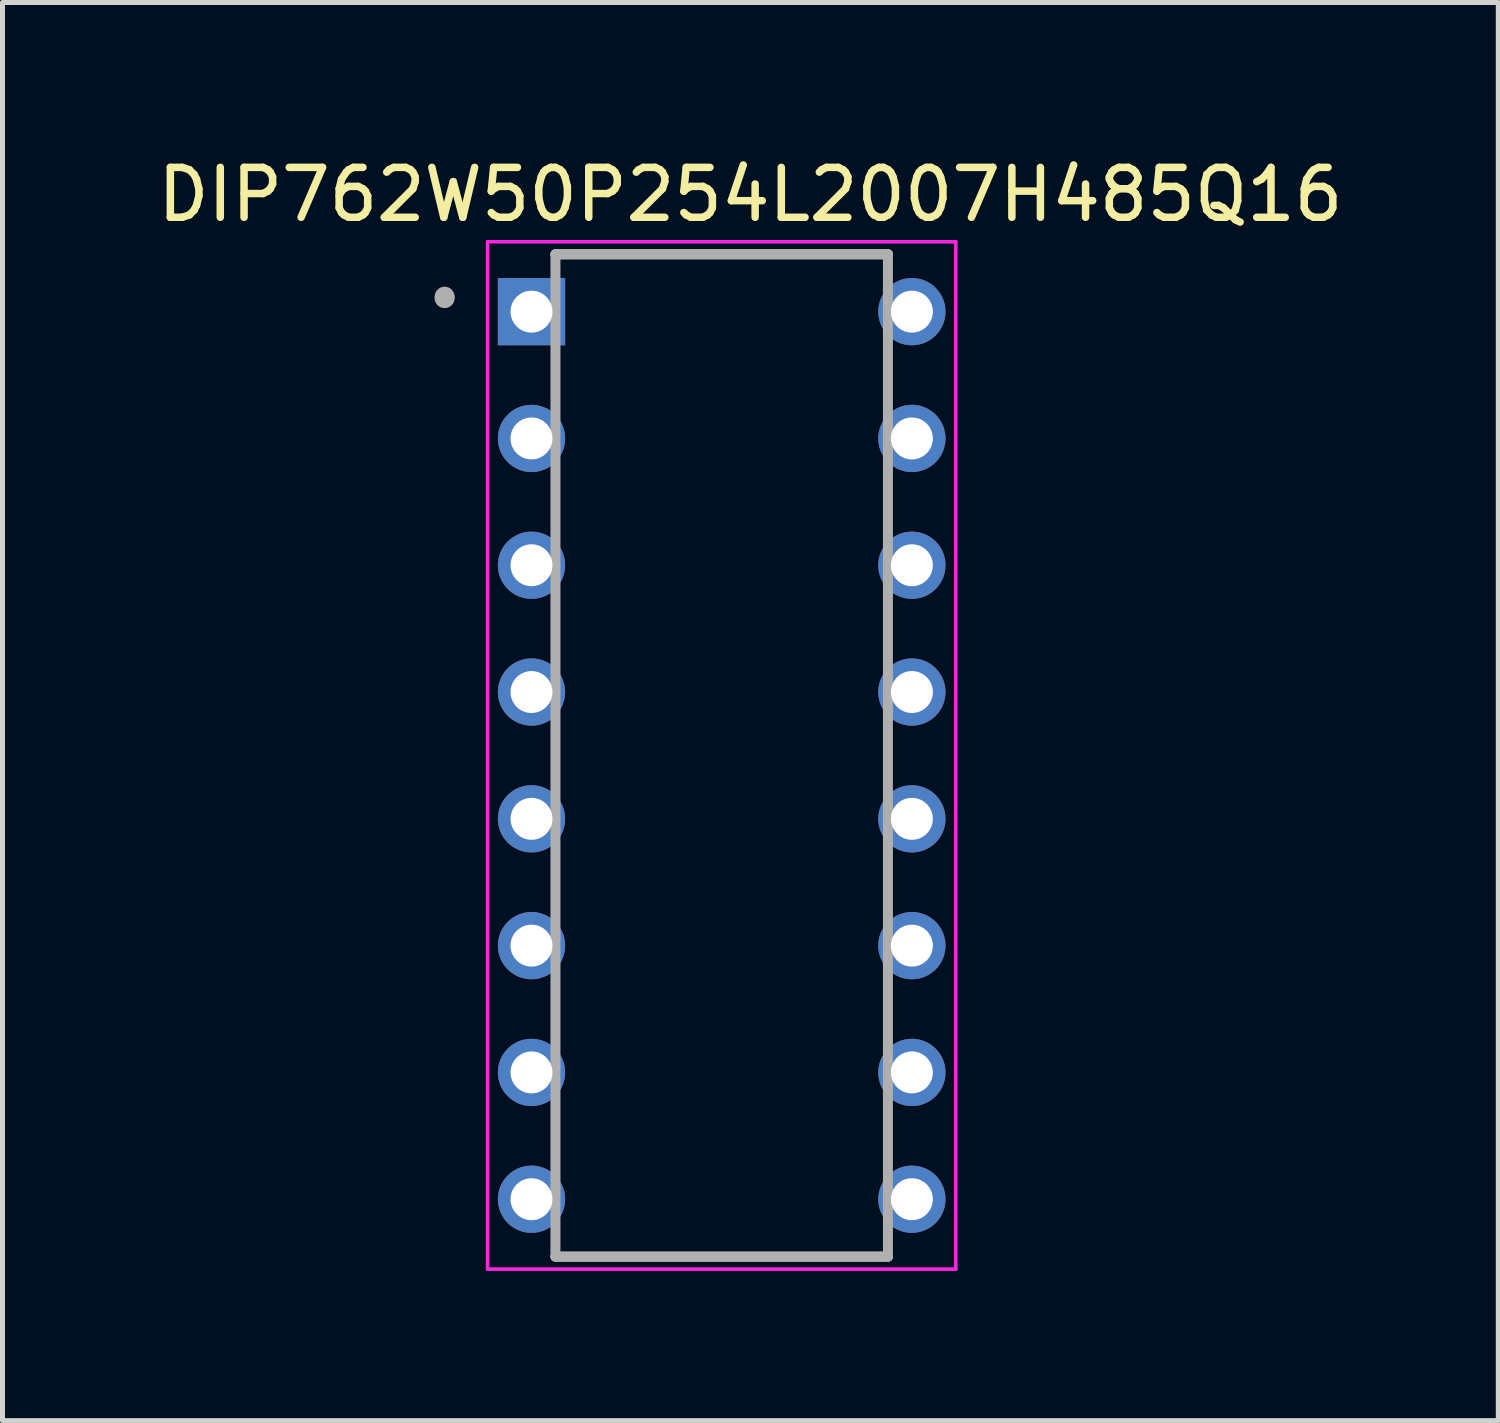
<source format=kicad_pcb>
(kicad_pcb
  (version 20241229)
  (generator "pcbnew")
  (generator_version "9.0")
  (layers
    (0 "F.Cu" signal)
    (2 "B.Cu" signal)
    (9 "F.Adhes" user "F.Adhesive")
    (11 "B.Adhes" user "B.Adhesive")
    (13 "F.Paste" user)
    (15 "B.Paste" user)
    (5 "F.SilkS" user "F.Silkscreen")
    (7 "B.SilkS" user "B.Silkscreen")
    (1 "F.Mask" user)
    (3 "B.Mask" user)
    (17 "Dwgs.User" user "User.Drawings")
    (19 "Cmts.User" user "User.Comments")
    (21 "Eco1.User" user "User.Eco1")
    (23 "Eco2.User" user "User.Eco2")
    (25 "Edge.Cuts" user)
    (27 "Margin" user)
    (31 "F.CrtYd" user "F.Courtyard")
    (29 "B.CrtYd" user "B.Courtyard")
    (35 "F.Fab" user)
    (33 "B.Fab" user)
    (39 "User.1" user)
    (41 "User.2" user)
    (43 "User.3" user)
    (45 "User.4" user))
  (footprint "DIP762W50P254L2007H485Q16"
    (layer "F.Cu")
    (at 11.407 12.083)
    (property "Reference" "DIP762W50P254L2007H485Q16" (at 0.575 -11.235 0) (layer "F.SilkS") (effects (font (size 1 1) (thickness 0.15))))
    (attr through_hole)
    (fp_line (start -3.33 -10.04) (end 3.33 -10.04) (stroke (width 0.2) (type solid)) (layer "F.SilkS"))
    (fp_line (start 3.33 10.04) (end -3.33 10.04) (stroke (width 0.2) (type solid)) (layer "F.SilkS"))
    (fp_line (start -4.69 -10.29) (end 4.69 -10.29) (stroke (width 0.07) (type solid)) (layer "F.CrtYd"))
    (fp_line (start -4.69 10.29) (end -4.69 -10.29) (stroke (width 0.07) (type solid)) (layer "F.CrtYd"))
    (fp_line (start 4.69 -10.29) (end 4.69 10.29) (stroke (width 0.07) (type solid)) (layer "F.CrtYd"))
    (fp_line (start 4.69 10.29) (end -4.69 10.29) (stroke (width 0.07) (type solid)) (layer "F.CrtYd"))
    (fp_line (start -3.33 -10.04) (end 3.33 -10.04) (stroke (width 0.2) (type solid)) (layer "F.Fab"))
    (fp_line (start -3.33 10.04) (end -3.33 -10.04) (stroke (width 0.2) (type solid)) (layer "F.Fab"))
    (fp_line (start 3.33 -10.04) (end 3.33 10.04) (stroke (width 0.2) (type solid)) (layer "F.Fab"))
    (fp_line (start 3.33 10.04) (end -3.33 10.04) (stroke (width 0.2) (type solid)) (layer "F.Fab"))
    (fp_circle (center -5.55 -9.19) (end -5.45 -9.19) (stroke (width 0.2) (type solid)) (fill no) (layer "F.Fab"))
    (fp_circle (center -5.55 -9.16) (end -5.45 -9.16) (stroke (width 0.2) (type solid)) (fill no) (layer "F.Fab"))
    (pad "1" thru_hole rect (at -3.81 -8.89) (size 1.348 1.348) (drill 0.84) (layers "*.Cu" "*.Mask"))
    (pad "2" thru_hole circle (at -3.81 -6.35) (size 1.348 1.348) (drill 0.84) (layers "*.Cu" "*.Mask"))
    (pad "3" thru_hole circle (at -3.81 -3.81) (size 1.348 1.348) (drill 0.84) (layers "*.Cu" "*.Mask"))
    (pad "4" thru_hole circle (at -3.81 -1.27) (size 1.348 1.348) (drill 0.84) (layers "*.Cu" "*.Mask"))
    (pad "5" thru_hole circle (at -3.81 1.27) (size 1.348 1.348) (drill 0.84) (layers "*.Cu" "*.Mask"))
    (pad "6" thru_hole circle (at -3.81 3.81) (size 1.348 1.348) (drill 0.84) (layers "*.Cu" "*.Mask"))
    (pad "7" thru_hole circle (at -3.81 6.35) (size 1.348 1.348) (drill 0.84) (layers "*.Cu" "*.Mask"))
    (pad "8" thru_hole circle (at -3.81 8.89) (size 1.348 1.348) (drill 0.84) (layers "*.Cu" "*.Mask"))
    (pad "9" thru_hole circle (at 3.81 8.89) (size 1.348 1.348) (drill 0.84) (layers "*.Cu" "*.Mask"))
    (pad "10" thru_hole circle (at 3.81 6.35) (size 1.348 1.348) (drill 0.84) (layers "*.Cu" "*.Mask"))
    (pad "11" thru_hole circle (at 3.81 3.81) (size 1.348 1.348) (drill 0.84) (layers "*.Cu" "*.Mask"))
    (pad "12" thru_hole circle (at 3.81 1.27) (size 1.348 1.348) (drill 0.84) (layers "*.Cu" "*.Mask"))
    (pad "13" thru_hole circle (at 3.81 -1.27) (size 1.348 1.348) (drill 0.84) (layers "*.Cu" "*.Mask"))
    (pad "14" thru_hole circle (at 3.81 -3.81) (size 1.348 1.348) (drill 0.84) (layers "*.Cu" "*.Mask"))
    (pad "15" thru_hole circle (at 3.81 -6.35) (size 1.348 1.348) (drill 0.84) (layers "*.Cu" "*.Mask"))
    (pad "16" thru_hole circle (at 3.81 -8.89) (size 1.348 1.348) (drill 0.84) (layers "*.Cu" "*.Mask")))
  (gr_rect
    (start -3 -3)
    (end 26.964 25.408)
    (stroke (width 0.1) (type default))
    (fill no)
    (layer "Edge.Cuts")))
</source>
